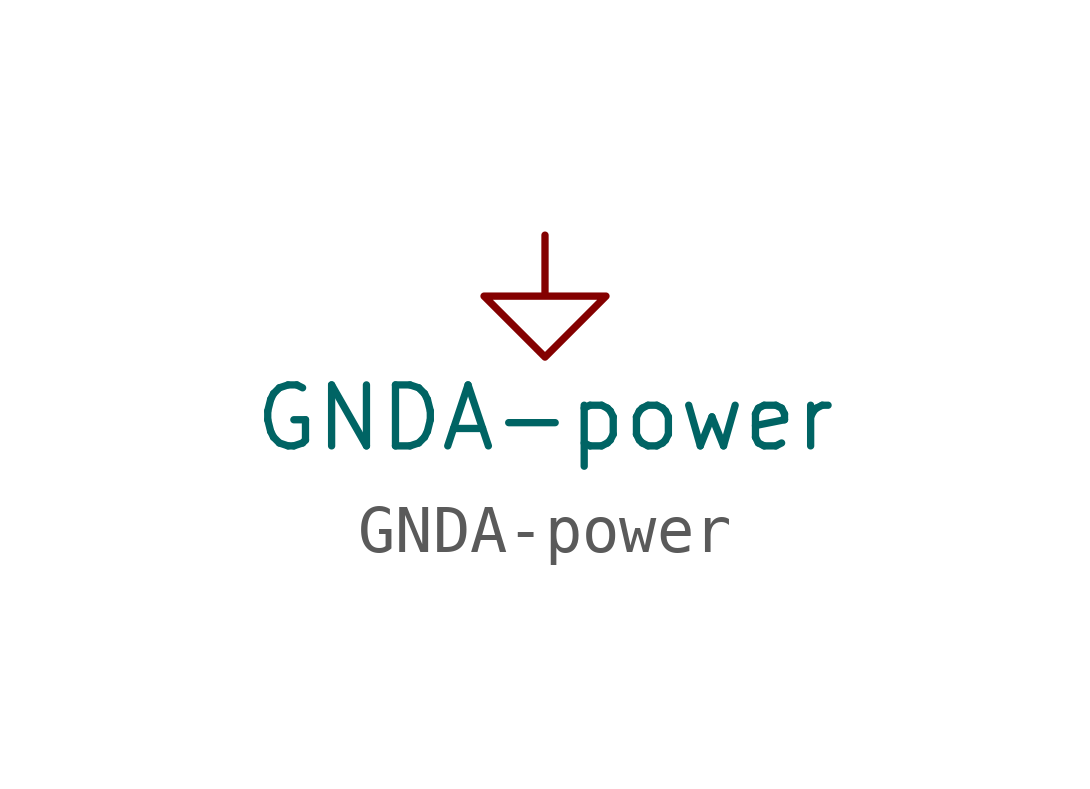
<source format=kicad_sym>
(kicad_symbol_lib
  (version 20220914)
  (generator kicad_symbol_editor)
  (symbol "GNDA-power"
    (power)
    (pin_names
      (offset 0))
    (property "Reference" "#PWR"
      (at 0 -6.35 0)
      (effects (font (size 1.27 1.27)) hide))
    (property "Value" "GNDA-power"
      (at 0 -3.81 0)
      (effects (font (size 1.27 1.27))))
    (symbol "GNDA-power_0_1"
      (polyline (pts (xy 0 0) (xy 0 -1.27) (xy 1.27 -1.27) (xy 0 -2.54) (xy -1.27 -1.27) (xy 0 -1.27)) (stroke (width 0) (type solid)) (fill (type none))))
    (symbol "GNDA-power_1_1"
      (pin power_in line (at 0 0 270) (length 0) hide (name "GNDA" (effects (font (size 1.27 1.27)))) (number "1" (effects (font (size 1.27 1.27))))))))
</source>
